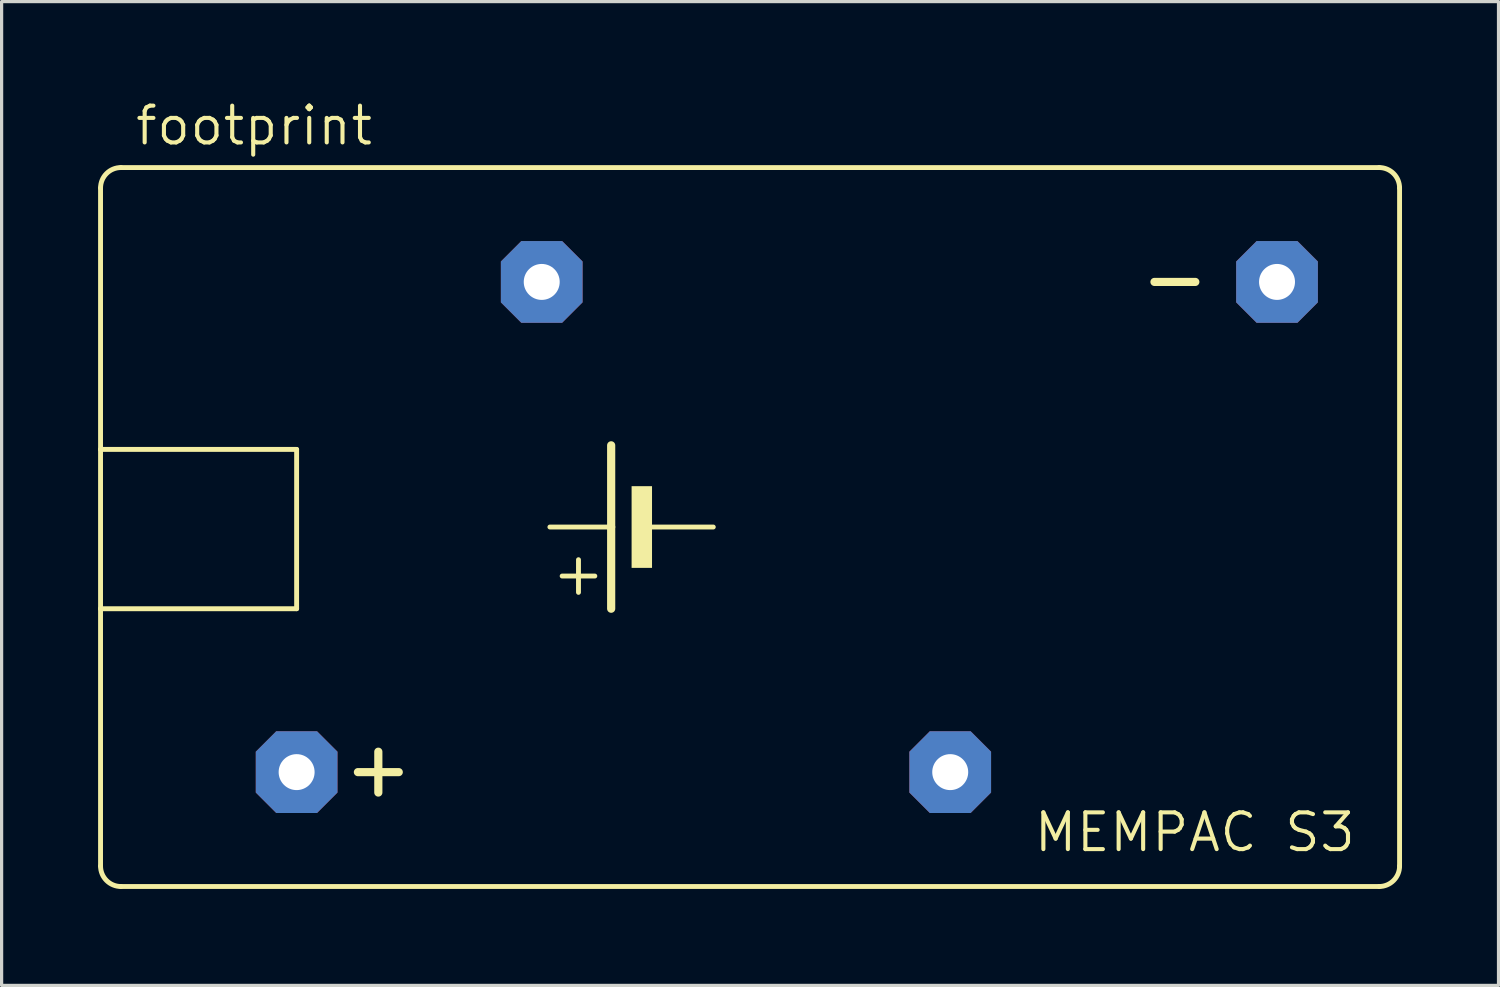
<source format=kicad_pcb>
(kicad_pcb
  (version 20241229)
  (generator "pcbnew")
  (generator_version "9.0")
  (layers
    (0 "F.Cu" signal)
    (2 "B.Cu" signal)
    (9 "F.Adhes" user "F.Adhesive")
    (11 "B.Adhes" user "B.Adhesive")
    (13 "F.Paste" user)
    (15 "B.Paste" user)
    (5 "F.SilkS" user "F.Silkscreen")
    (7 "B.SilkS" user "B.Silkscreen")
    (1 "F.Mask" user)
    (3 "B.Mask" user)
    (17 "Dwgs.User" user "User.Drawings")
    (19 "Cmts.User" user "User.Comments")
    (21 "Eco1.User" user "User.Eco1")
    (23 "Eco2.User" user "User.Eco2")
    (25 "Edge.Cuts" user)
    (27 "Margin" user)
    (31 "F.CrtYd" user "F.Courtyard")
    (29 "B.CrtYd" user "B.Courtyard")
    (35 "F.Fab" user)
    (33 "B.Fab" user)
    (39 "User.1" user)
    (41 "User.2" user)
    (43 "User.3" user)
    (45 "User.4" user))
  (footprint "footprint"
    (layer "F.Cu")
    (at 21.412 13.335)
    (property "Reference" "footprint" (at -20.32 -11.811 0) (layer "F.SilkS") (effects (font (size 1.143 1.143) (thickness 0.127)) (justify left bottom)))
    (fp_line (start -21.336 -2.413) (end -21.336 -10.541) (stroke (width 0.152) (type solid)) (layer "F.SilkS"))
    (fp_line (start -21.336 -2.413) (end -15.24 -2.413) (stroke (width 0.152) (type solid)) (layer "F.SilkS"))
    (fp_line (start -21.336 2.54) (end -21.336 -2.413) (stroke (width 0.152) (type solid)) (layer "F.SilkS"))
    (fp_line (start -21.336 10.541) (end -21.336 2.54) (stroke (width 0.152) (type solid)) (layer "F.SilkS"))
    (fp_line (start -20.701 -11.176) (end 18.415 -11.176) (stroke (width 0.152) (type solid)) (layer "F.SilkS"))
    (fp_line (start -20.701 11.176) (end 18.415 11.176) (stroke (width 0.152) (type solid)) (layer "F.SilkS"))
    (fp_line (start -15.24 2.54) (end -21.336 2.54) (stroke (width 0.152) (type solid)) (layer "F.SilkS"))
    (fp_line (start -15.24 2.54) (end -15.24 -2.413) (stroke (width 0.152) (type solid)) (layer "F.SilkS"))
    (fp_line (start -13.335 7.62) (end -12.065 7.62) (stroke (width 0.254) (type solid)) (layer "F.SilkS"))
    (fp_line (start -12.7 6.985) (end -12.7 8.255) (stroke (width 0.254) (type solid)) (layer "F.SilkS"))
    (fp_line (start -6.477 2.032) (end -6.477 1.016) (stroke (width 0.152) (type solid)) (layer "F.SilkS"))
    (fp_line (start -5.969 1.524) (end -6.985 1.524) (stroke (width 0.152) (type solid)) (layer "F.SilkS"))
    (fp_line (start -5.461 0) (end -7.366 0) (stroke (width 0.152) (type solid)) (layer "F.SilkS"))
    (fp_line (start -5.461 0) (end -5.461 -2.54) (stroke (width 0.254) (type solid)) (layer "F.SilkS"))
    (fp_line (start -5.461 2.54) (end -5.461 0) (stroke (width 0.254) (type solid)) (layer "F.SilkS"))
    (fp_line (start -2.286 0) (end -4.191 0) (stroke (width 0.152) (type solid)) (layer "F.SilkS"))
    (fp_line (start 11.43 -7.62) (end 12.7 -7.62) (stroke (width 0.254) (type solid)) (layer "F.SilkS"))
    (fp_line (start 19.05 -10.541) (end 19.05 10.541) (stroke (width 0.152) (type solid)) (layer "F.SilkS"))
    (fp_arc (start -21.336 -10.541) (mid -21.150013 -10.990013) (end -20.701 -11.176) (stroke (width 0.1524) (type solid)) (layer "F.SilkS"))
    (fp_arc (start -20.701 11.176) (mid -21.150013 10.990013) (end -21.336 10.541) (stroke (width 0.1524) (type solid)) (layer "F.SilkS"))
    (fp_arc (start 18.415 -11.176) (mid 18.864013 -10.990013) (end 19.05 -10.541) (stroke (width 0.1524) (type solid)) (layer "F.SilkS"))
    (fp_arc (start 19.05 10.541) (mid 18.864013 10.990013) (end 18.415 11.176) (stroke (width 0.1524) (type solid)) (layer "F.SilkS"))
    (fp_poly (pts (xy -4.826 1.27) (xy -4.191 1.27) (xy -4.191 -1.27) (xy -4.826 -1.27)) (stroke (width 0) (type solid)) (fill yes) (layer "F.SilkS"))
    (fp_text user "MEMPAC S3" (at 7.62 10.16 0) (layer "F.SilkS") (effects (font (size 1.143 1.143) (thickness 0.127)) (justify left bottom)))
    (pad "+" thru_hole roundrect (at -15.24 7.62) (size 2.54 2.54) (drill 1.118) (layers "*.Cu" "*.Mask") (roundrect_rratio 0.25) (chamfer_ratio 0.25) (chamfer top_left top_right bottom_left bottom_right))
    (pad "-" thru_hole roundrect (at 15.24 -7.62) (size 2.54 2.54) (drill 1.118) (layers "*.Cu" "*.Mask") (roundrect_rratio 0.25) (chamfer_ratio 0.25) (chamfer top_left top_right bottom_left bottom_right))
    (pad "1" thru_hole roundrect (at -7.62 -7.62) (size 2.54 2.54) (drill 1.118) (layers "*.Cu" "*.Mask") (roundrect_rratio 0.25) (chamfer_ratio 0.25) (chamfer top_left top_right bottom_left bottom_right))
    (pad "2" thru_hole roundrect (at 5.08 7.62) (size 2.54 2.54) (drill 1.118) (layers "*.Cu" "*.Mask") (roundrect_rratio 0.25) (chamfer_ratio 0.25) (chamfer top_left top_right bottom_left bottom_right)))
  (gr_rect
    (start -3 -3)
    (end 43.538 27.587)
    (stroke (width 0.1) (type default))
    (fill no)
    (layer "Edge.Cuts")))
</source>
